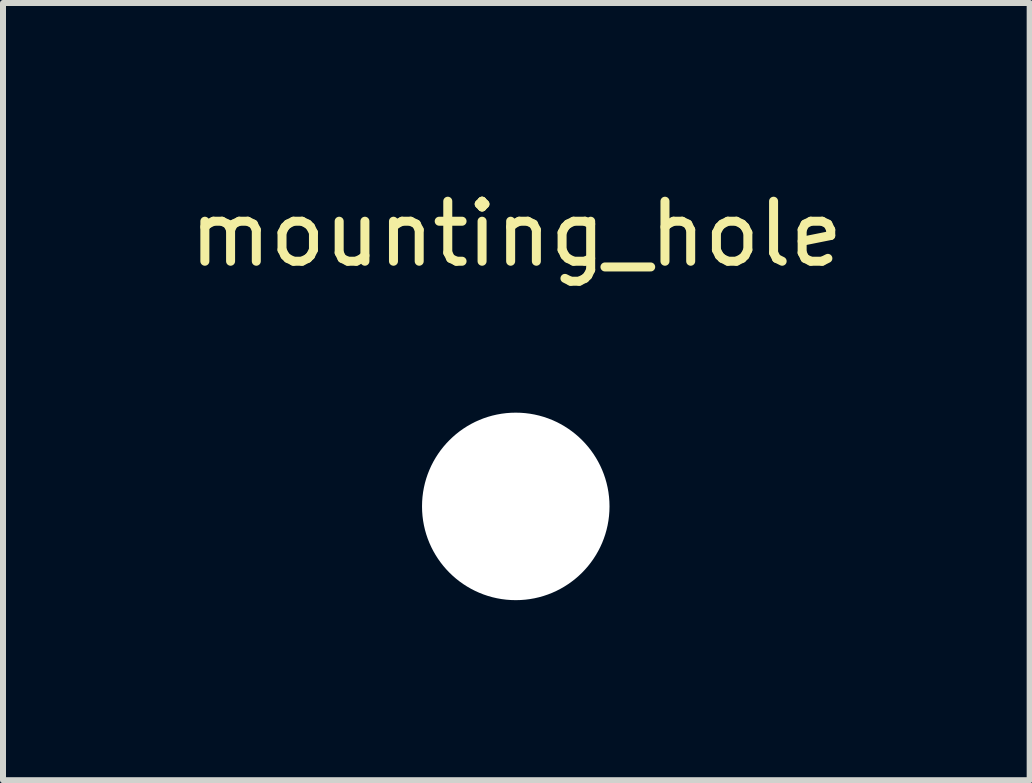
<source format=kicad_pcb>
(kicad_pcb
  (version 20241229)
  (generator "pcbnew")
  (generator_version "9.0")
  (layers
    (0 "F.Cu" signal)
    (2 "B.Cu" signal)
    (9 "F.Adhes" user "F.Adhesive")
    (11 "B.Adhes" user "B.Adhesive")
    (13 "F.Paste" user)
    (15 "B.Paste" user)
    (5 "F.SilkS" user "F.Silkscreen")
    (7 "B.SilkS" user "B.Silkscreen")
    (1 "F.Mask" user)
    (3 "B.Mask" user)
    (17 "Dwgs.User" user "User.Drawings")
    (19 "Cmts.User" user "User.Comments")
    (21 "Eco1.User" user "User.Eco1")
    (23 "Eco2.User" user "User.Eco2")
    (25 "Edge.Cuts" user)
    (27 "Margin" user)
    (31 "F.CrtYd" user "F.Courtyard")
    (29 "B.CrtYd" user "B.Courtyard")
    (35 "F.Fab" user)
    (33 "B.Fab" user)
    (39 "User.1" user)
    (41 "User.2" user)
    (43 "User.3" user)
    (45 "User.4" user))
  (footprint "mounting_hole"
    (layer "F.Cu")
    (at 5.954 5.448)
    (property "Reference" "mounting_hole" (at -0.4 -4.6 0) (layer "F.SilkS") (effects (font (size 1 1) (thickness 0.15))))
    (attr through_hole)
    (pad "" np_thru_hole circle (at -0.41 -0.06) (size 3.124 3.124) (drill 3.124) (layers "*.Cu" "*.Mask")))
  (gr_rect
    (start -3 -3)
    (end 14.107 9.95)
    (stroke (width 0.1) (type default))
    (fill no)
    (layer "Edge.Cuts")))
</source>
